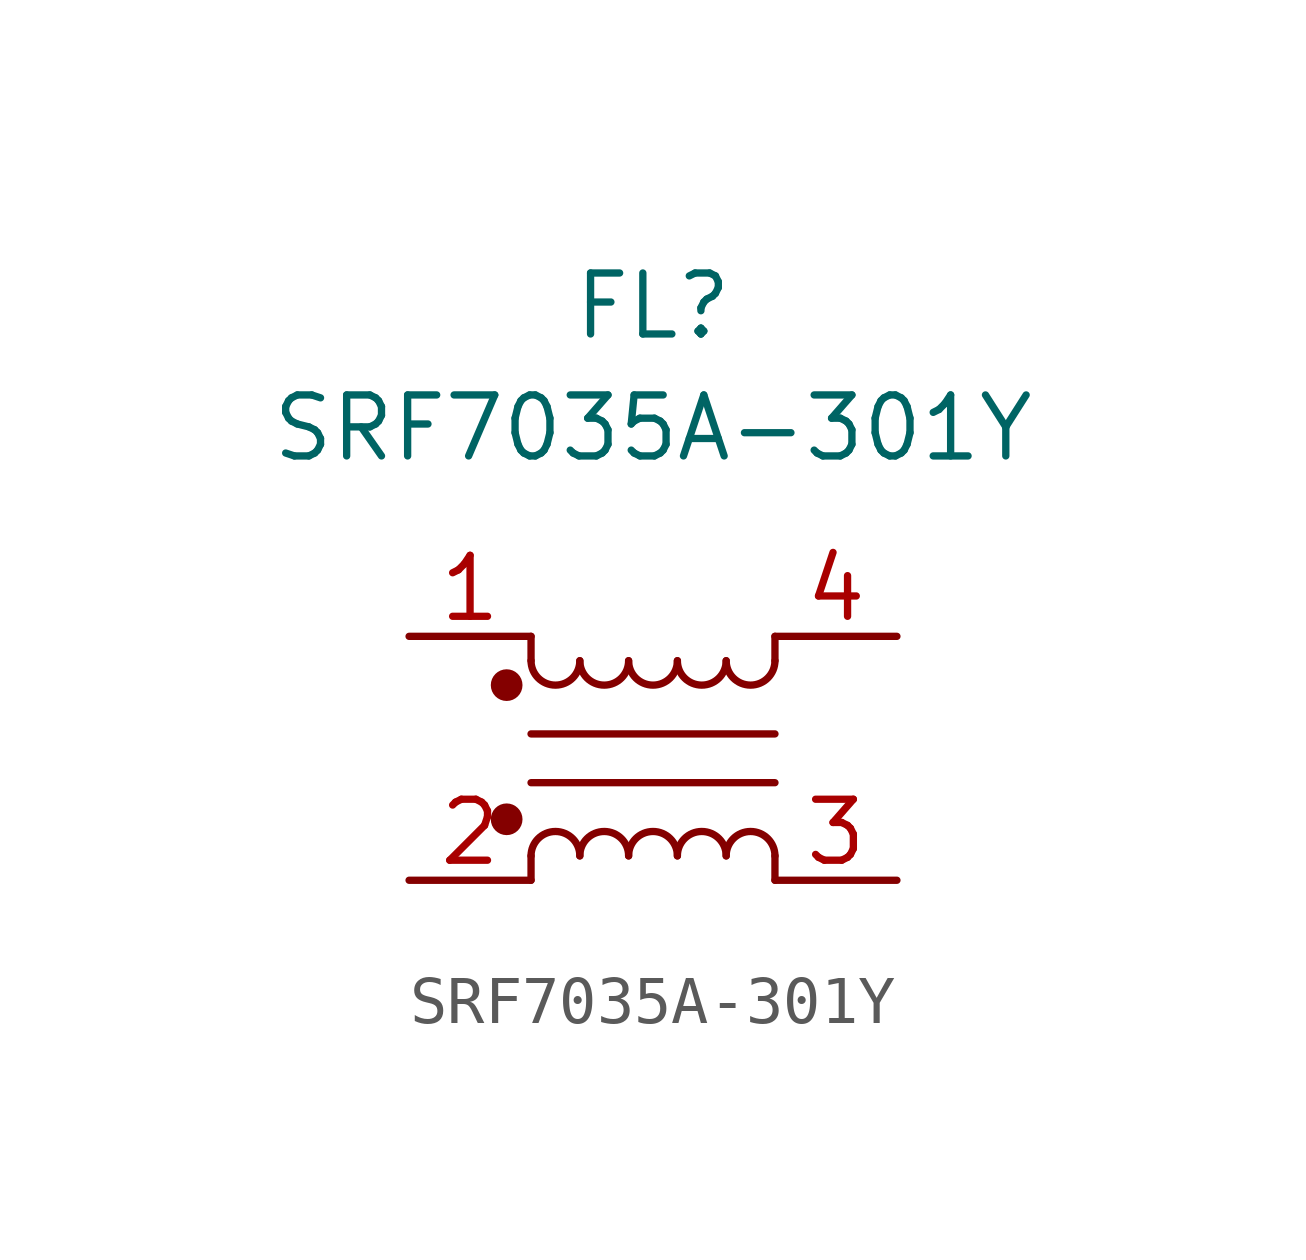
<source format=kicad_sym>
(kicad_symbol_lib
  (version 20231120)
  (generator "kicad_symbol_editor")
  (generator_version "8.0")
  (symbol "SRF7035A-301Y"
    (pin_names hide)
    (property "Reference" "FL"
      (at 0 5.08 0)
      (effects (font (size 1.27 1.27)) (justify top)))
    (property "Value" "SRF7035A-301Y"
      (at 0 2.54 0)
      (effects (font (size 1.27 1.27)) (justify top)))
    (symbol "SRF7035A-301Y_1_1"
      (circle (center -3.048 -6.35) (radius 0.254) (stroke (width 0) (type default)) (fill (type outline)))
      (circle (center -3.048 -3.556) (radius 0.254) (stroke (width 0) (type default)) (fill (type outline)))
      (arc (start -2.54 -3.048) (mid -2.032 -3.5538) (end -1.524 -3.048) (stroke (width 0) (type default)) (fill (type none)))
      (arc (start -1.524 -7.112) (mid -2.032 -6.6062) (end -2.54 -7.112) (stroke (width 0) (type default)) (fill (type none)))
      (arc (start -1.524 -3.048) (mid -1.016 -3.5538) (end -0.508 -3.048) (stroke (width 0) (type default)) (fill (type none)))
      (arc (start -0.508 -7.112) (mid -1.016 -6.6062) (end -1.524 -7.112) (stroke (width 0) (type default)) (fill (type none)))
      (arc (start -0.508 -3.048) (mid 0 -3.5538) (end 0.508 -3.048) (stroke (width 0) (type default)) (fill (type none)))
      (polyline (pts (xy -2.54 -7.112) (xy -2.54 -7.62)) (stroke (width 0) (type default)) (fill (type none)))
      (polyline (pts (xy -2.54 -4.572) (xy 2.54 -4.572)) (stroke (width 0) (type default)) (fill (type none)))
      (polyline (pts (xy -2.54 -3.048) (xy -2.54 -2.54)) (stroke (width 0) (type default)) (fill (type none)))
      (polyline (pts (xy 2.54 -7.112) (xy 2.54 -7.62)) (stroke (width 0) (type default)) (fill (type none)))
      (polyline (pts (xy 2.54 -5.588) (xy -2.54 -5.588)) (stroke (width 0) (type default)) (fill (type none)))
      (polyline (pts (xy 2.54 -2.54) (xy 2.54 -3.048)) (stroke (width 0) (type default)) (fill (type none)))
      (arc (start 0.508 -7.112) (mid 0 -6.6062) (end -0.508 -7.112) (stroke (width 0) (type default)) (fill (type none)))
      (arc (start 0.508 -3.048) (mid 1.016 -3.5538) (end 1.524 -3.048) (stroke (width 0) (type default)) (fill (type none)))
      (arc (start 1.524 -7.112) (mid 1.016 -6.6062) (end 0.508 -7.112) (stroke (width 0) (type default)) (fill (type none)))
      (arc (start 1.524 -3.048) (mid 2.032 -3.5538) (end 2.54 -3.048) (stroke (width 0) (type default)) (fill (type none)))
      (arc (start 2.54 -7.112) (mid 2.032 -6.6062) (end 1.524 -7.112) (stroke (width 0) (type default)) (fill (type none)))
      (pin passive line (at -5.08 -2.54 0) (length 2.54) (name "1" (effects (font (size 1.27 1.27)))) (number "1" (effects (font (size 1.27 1.27)))))
      (pin passive line (at -5.08 -7.62 0) (length 2.54) (name "2" (effects (font (size 1.27 1.27)))) (number "2" (effects (font (size 1.27 1.27)))))
      (pin passive line (at 5.08 -7.62 180) (length 2.54) (name "3" (effects (font (size 1.27 1.27)))) (number "3" (effects (font (size 1.27 1.27)))))
      (pin passive line (at 5.08 -2.54 180) (length 2.54) (name "4" (effects (font (size 1.27 1.27)))) (number "4" (effects (font (size 1.27 1.27))))))))
</source>
